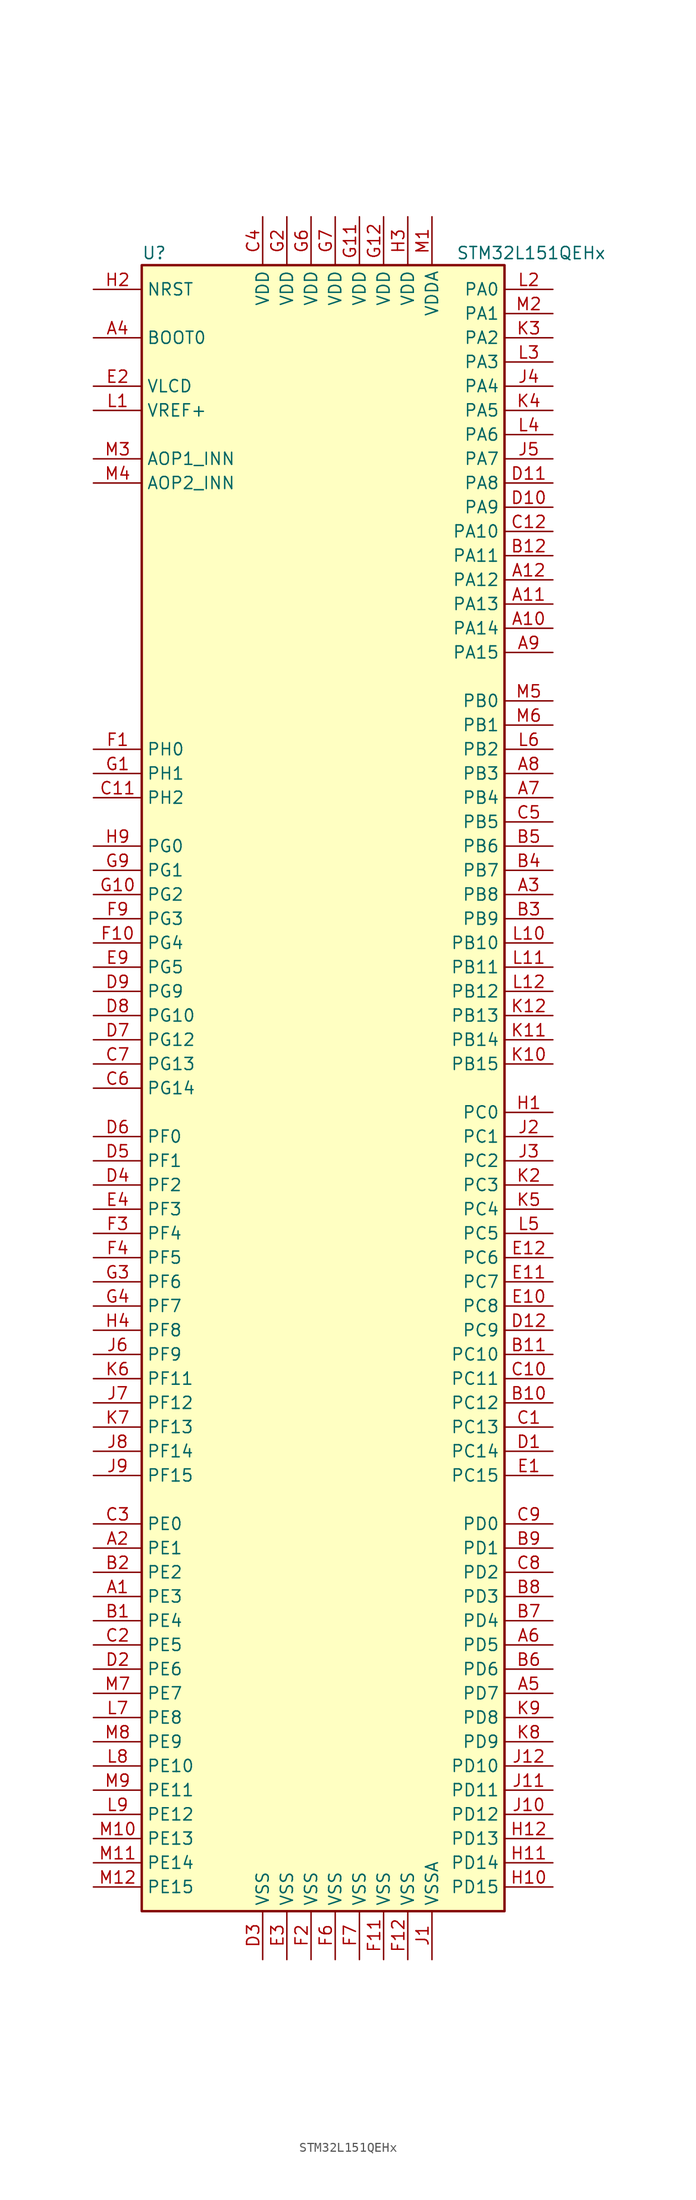
<source format=kicad_sym>
(kicad_symbol_lib
  (version 20211014)
  (generator kicad_symbol_editor)
  (symbol "STM32L151QEHx"
    (property "Reference" "U"
      (at -20.32 87.63 0)
      (effects (font (size 1.27 1.27)) (justify left)))
    (property "Value" "STM32L151QEHx"
      (at 12.7 87.63 0)
      (effects (font (size 1.27 1.27)) (justify left)))
    (symbol "STM32L151QEHx_0_1"
      (rectangle (start -20.32 -86.36) (end 17.78 86.36) (stroke (width 0.254) (type default) (color 0 0 0 0)) (fill (type background))))
    (symbol "STM32L151QEHx_1_1"
      (pin bidirectional line (at -25.4 -53.34 0) (length 5.08) (name "PE3" (effects (font (size 1.27 1.27)))) (number "A1" (effects (font (size 1.27 1.27)))))
      (pin bidirectional line (at 22.86 48.26 180) (length 5.08) (name "PA14" (effects (font (size 1.27 1.27)))) (number "A10" (effects (font (size 1.27 1.27)))))
      (pin bidirectional line (at 22.86 50.8 180) (length 5.08) (name "PA13" (effects (font (size 1.27 1.27)))) (number "A11" (effects (font (size 1.27 1.27)))))
      (pin bidirectional line (at 22.86 53.34 180) (length 5.08) (name "PA12" (effects (font (size 1.27 1.27)))) (number "A12" (effects (font (size 1.27 1.27)))))
      (pin bidirectional line (at -25.4 -48.26 0) (length 5.08) (name "PE1" (effects (font (size 1.27 1.27)))) (number "A2" (effects (font (size 1.27 1.27)))))
      (pin bidirectional line (at 22.86 20.32 180) (length 5.08) (name "PB8" (effects (font (size 1.27 1.27)))) (number "A3" (effects (font (size 1.27 1.27)))))
      (pin input line (at -25.4 78.74 0) (length 5.08) (name "BOOT0" (effects (font (size 1.27 1.27)))) (number "A4" (effects (font (size 1.27 1.27)))))
      (pin bidirectional line (at 22.86 -63.5 180) (length 5.08) (name "PD7" (effects (font (size 1.27 1.27)))) (number "A5" (effects (font (size 1.27 1.27)))))
      (pin bidirectional line (at 22.86 -58.42 180) (length 5.08) (name "PD5" (effects (font (size 1.27 1.27)))) (number "A6" (effects (font (size 1.27 1.27)))))
      (pin bidirectional line (at 22.86 30.48 180) (length 5.08) (name "PB4" (effects (font (size 1.27 1.27)))) (number "A7" (effects (font (size 1.27 1.27)))))
      (pin bidirectional line (at 22.86 33.02 180) (length 5.08) (name "PB3" (effects (font (size 1.27 1.27)))) (number "A8" (effects (font (size 1.27 1.27)))))
      (pin bidirectional line (at 22.86 45.72 180) (length 5.08) (name "PA15" (effects (font (size 1.27 1.27)))) (number "A9" (effects (font (size 1.27 1.27)))))
      (pin bidirectional line (at -25.4 -55.88 0) (length 5.08) (name "PE4" (effects (font (size 1.27 1.27)))) (number "B1" (effects (font (size 1.27 1.27)))))
      (pin bidirectional line (at 22.86 -33.02 180) (length 5.08) (name "PC12" (effects (font (size 1.27 1.27)))) (number "B10" (effects (font (size 1.27 1.27)))))
      (pin bidirectional line (at 22.86 -27.94 180) (length 5.08) (name "PC10" (effects (font (size 1.27 1.27)))) (number "B11" (effects (font (size 1.27 1.27)))))
      (pin bidirectional line (at 22.86 55.88 180) (length 5.08) (name "PA11" (effects (font (size 1.27 1.27)))) (number "B12" (effects (font (size 1.27 1.27)))))
      (pin bidirectional line (at -25.4 -50.8 0) (length 5.08) (name "PE2" (effects (font (size 1.27 1.27)))) (number "B2" (effects (font (size 1.27 1.27)))))
      (pin bidirectional line (at 22.86 17.78 180) (length 5.08) (name "PB9" (effects (font (size 1.27 1.27)))) (number "B3" (effects (font (size 1.27 1.27)))))
      (pin bidirectional line (at 22.86 22.86 180) (length 5.08) (name "PB7" (effects (font (size 1.27 1.27)))) (number "B4" (effects (font (size 1.27 1.27)))))
      (pin bidirectional line (at 22.86 25.4 180) (length 5.08) (name "PB6" (effects (font (size 1.27 1.27)))) (number "B5" (effects (font (size 1.27 1.27)))))
      (pin bidirectional line (at 22.86 -60.96 180) (length 5.08) (name "PD6" (effects (font (size 1.27 1.27)))) (number "B6" (effects (font (size 1.27 1.27)))))
      (pin bidirectional line (at 22.86 -55.88 180) (length 5.08) (name "PD4" (effects (font (size 1.27 1.27)))) (number "B7" (effects (font (size 1.27 1.27)))))
      (pin bidirectional line (at 22.86 -53.34 180) (length 5.08) (name "PD3" (effects (font (size 1.27 1.27)))) (number "B8" (effects (font (size 1.27 1.27)))))
      (pin bidirectional line (at 22.86 -48.26 180) (length 5.08) (name "PD1" (effects (font (size 1.27 1.27)))) (number "B9" (effects (font (size 1.27 1.27)))))
      (pin bidirectional line (at 22.86 -35.56 180) (length 5.08) (name "PC13" (effects (font (size 1.27 1.27)))) (number "C1" (effects (font (size 1.27 1.27)))))
      (pin bidirectional line (at 22.86 -30.48 180) (length 5.08) (name "PC11" (effects (font (size 1.27 1.27)))) (number "C10" (effects (font (size 1.27 1.27)))))
      (pin bidirectional line (at -25.4 30.48 0) (length 5.08) (name "PH2" (effects (font (size 1.27 1.27)))) (number "C11" (effects (font (size 1.27 1.27)))))
      (pin bidirectional line (at 22.86 58.42 180) (length 5.08) (name "PA10" (effects (font (size 1.27 1.27)))) (number "C12" (effects (font (size 1.27 1.27)))))
      (pin bidirectional line (at -25.4 -58.42 0) (length 5.08) (name "PE5" (effects (font (size 1.27 1.27)))) (number "C2" (effects (font (size 1.27 1.27)))))
      (pin bidirectional line (at -25.4 -45.72 0) (length 5.08) (name "PE0" (effects (font (size 1.27 1.27)))) (number "C3" (effects (font (size 1.27 1.27)))))
      (pin power_in line (at -7.62 91.44 270) (length 5.08) (name "VDD" (effects (font (size 1.27 1.27)))) (number "C4" (effects (font (size 1.27 1.27)))))
      (pin bidirectional line (at 22.86 27.94 180) (length 5.08) (name "PB5" (effects (font (size 1.27 1.27)))) (number "C5" (effects (font (size 1.27 1.27)))))
      (pin bidirectional line (at -25.4 0 0) (length 5.08) (name "PG14" (effects (font (size 1.27 1.27)))) (number "C6" (effects (font (size 1.27 1.27)))))
      (pin bidirectional line (at -25.4 2.54 0) (length 5.08) (name "PG13" (effects (font (size 1.27 1.27)))) (number "C7" (effects (font (size 1.27 1.27)))))
      (pin bidirectional line (at 22.86 -50.8 180) (length 5.08) (name "PD2" (effects (font (size 1.27 1.27)))) (number "C8" (effects (font (size 1.27 1.27)))))
      (pin bidirectional line (at 22.86 -45.72 180) (length 5.08) (name "PD0" (effects (font (size 1.27 1.27)))) (number "C9" (effects (font (size 1.27 1.27)))))
      (pin bidirectional line (at 22.86 -38.1 180) (length 5.08) (name "PC14" (effects (font (size 1.27 1.27)))) (number "D1" (effects (font (size 1.27 1.27)))))
      (pin bidirectional line (at 22.86 60.96 180) (length 5.08) (name "PA9" (effects (font (size 1.27 1.27)))) (number "D10" (effects (font (size 1.27 1.27)))))
      (pin bidirectional line (at 22.86 63.5 180) (length 5.08) (name "PA8" (effects (font (size 1.27 1.27)))) (number "D11" (effects (font (size 1.27 1.27)))))
      (pin bidirectional line (at 22.86 -25.4 180) (length 5.08) (name "PC9" (effects (font (size 1.27 1.27)))) (number "D12" (effects (font (size 1.27 1.27)))))
      (pin bidirectional line (at -25.4 -60.96 0) (length 5.08) (name "PE6" (effects (font (size 1.27 1.27)))) (number "D2" (effects (font (size 1.27 1.27)))))
      (pin power_in line (at -7.62 -91.44 90) (length 5.08) (name "VSS" (effects (font (size 1.27 1.27)))) (number "D3" (effects (font (size 1.27 1.27)))))
      (pin bidirectional line (at -25.4 -10.16 0) (length 5.08) (name "PF2" (effects (font (size 1.27 1.27)))) (number "D4" (effects (font (size 1.27 1.27)))))
      (pin bidirectional line (at -25.4 -7.62 0) (length 5.08) (name "PF1" (effects (font (size 1.27 1.27)))) (number "D5" (effects (font (size 1.27 1.27)))))
      (pin bidirectional line (at -25.4 -5.08 0) (length 5.08) (name "PF0" (effects (font (size 1.27 1.27)))) (number "D6" (effects (font (size 1.27 1.27)))))
      (pin bidirectional line (at -25.4 5.08 0) (length 5.08) (name "PG12" (effects (font (size 1.27 1.27)))) (number "D7" (effects (font (size 1.27 1.27)))))
      (pin bidirectional line (at -25.4 7.62 0) (length 5.08) (name "PG10" (effects (font (size 1.27 1.27)))) (number "D8" (effects (font (size 1.27 1.27)))))
      (pin bidirectional line (at -25.4 10.16 0) (length 5.08) (name "PG9" (effects (font (size 1.27 1.27)))) (number "D9" (effects (font (size 1.27 1.27)))))
      (pin bidirectional line (at 22.86 -40.64 180) (length 5.08) (name "PC15" (effects (font (size 1.27 1.27)))) (number "E1" (effects (font (size 1.27 1.27)))))
      (pin bidirectional line (at 22.86 -22.86 180) (length 5.08) (name "PC8" (effects (font (size 1.27 1.27)))) (number "E10" (effects (font (size 1.27 1.27)))))
      (pin bidirectional line (at 22.86 -20.32 180) (length 5.08) (name "PC7" (effects (font (size 1.27 1.27)))) (number "E11" (effects (font (size 1.27 1.27)))))
      (pin bidirectional line (at 22.86 -17.78 180) (length 5.08) (name "PC6" (effects (font (size 1.27 1.27)))) (number "E12" (effects (font (size 1.27 1.27)))))
      (pin power_in line (at -25.4 73.66 0) (length 5.08) (name "VLCD" (effects (font (size 1.27 1.27)))) (number "E2" (effects (font (size 1.27 1.27)))))
      (pin power_in line (at -5.08 -91.44 90) (length 5.08) (name "VSS" (effects (font (size 1.27 1.27)))) (number "E3" (effects (font (size 1.27 1.27)))))
      (pin bidirectional line (at -25.4 -12.7 0) (length 5.08) (name "PF3" (effects (font (size 1.27 1.27)))) (number "E4" (effects (font (size 1.27 1.27)))))
      (pin bidirectional line (at -25.4 12.7 0) (length 5.08) (name "PG5" (effects (font (size 1.27 1.27)))) (number "E9" (effects (font (size 1.27 1.27)))))
      (pin input line (at -25.4 35.56 0) (length 5.08) (name "PH0" (effects (font (size 1.27 1.27)))) (number "F1" (effects (font (size 1.27 1.27)))))
      (pin bidirectional line (at -25.4 15.24 0) (length 5.08) (name "PG4" (effects (font (size 1.27 1.27)))) (number "F10" (effects (font (size 1.27 1.27)))))
      (pin power_in line (at 5.08 -91.44 90) (length 5.08) (name "VSS" (effects (font (size 1.27 1.27)))) (number "F11" (effects (font (size 1.27 1.27)))))
      (pin power_in line (at 7.62 -91.44 90) (length 5.08) (name "VSS" (effects (font (size 1.27 1.27)))) (number "F12" (effects (font (size 1.27 1.27)))))
      (pin power_in line (at -2.54 -91.44 90) (length 5.08) (name "VSS" (effects (font (size 1.27 1.27)))) (number "F2" (effects (font (size 1.27 1.27)))))
      (pin bidirectional line (at -25.4 -15.24 0) (length 5.08) (name "PF4" (effects (font (size 1.27 1.27)))) (number "F3" (effects (font (size 1.27 1.27)))))
      (pin bidirectional line (at -25.4 -17.78 0) (length 5.08) (name "PF5" (effects (font (size 1.27 1.27)))) (number "F4" (effects (font (size 1.27 1.27)))))
      (pin power_in line (at 0 -91.44 90) (length 5.08) (name "VSS" (effects (font (size 1.27 1.27)))) (number "F6" (effects (font (size 1.27 1.27)))))
      (pin power_in line (at 2.54 -91.44 90) (length 5.08) (name "VSS" (effects (font (size 1.27 1.27)))) (number "F7" (effects (font (size 1.27 1.27)))))
      (pin bidirectional line (at -25.4 17.78 0) (length 5.08) (name "PG3" (effects (font (size 1.27 1.27)))) (number "F9" (effects (font (size 1.27 1.27)))))
      (pin input line (at -25.4 33.02 0) (length 5.08) (name "PH1" (effects (font (size 1.27 1.27)))) (number "G1" (effects (font (size 1.27 1.27)))))
      (pin bidirectional line (at -25.4 20.32 0) (length 5.08) (name "PG2" (effects (font (size 1.27 1.27)))) (number "G10" (effects (font (size 1.27 1.27)))))
      (pin power_in line (at 2.54 91.44 270) (length 5.08) (name "VDD" (effects (font (size 1.27 1.27)))) (number "G11" (effects (font (size 1.27 1.27)))))
      (pin power_in line (at 5.08 91.44 270) (length 5.08) (name "VDD" (effects (font (size 1.27 1.27)))) (number "G12" (effects (font (size 1.27 1.27)))))
      (pin power_in line (at -5.08 91.44 270) (length 5.08) (name "VDD" (effects (font (size 1.27 1.27)))) (number "G2" (effects (font (size 1.27 1.27)))))
      (pin bidirectional line (at -25.4 -20.32 0) (length 5.08) (name "PF6" (effects (font (size 1.27 1.27)))) (number "G3" (effects (font (size 1.27 1.27)))))
      (pin bidirectional line (at -25.4 -22.86 0) (length 5.08) (name "PF7" (effects (font (size 1.27 1.27)))) (number "G4" (effects (font (size 1.27 1.27)))))
      (pin power_in line (at -2.54 91.44 270) (length 5.08) (name "VDD" (effects (font (size 1.27 1.27)))) (number "G6" (effects (font (size 1.27 1.27)))))
      (pin power_in line (at 0 91.44 270) (length 5.08) (name "VDD" (effects (font (size 1.27 1.27)))) (number "G7" (effects (font (size 1.27 1.27)))))
      (pin bidirectional line (at -25.4 22.86 0) (length 5.08) (name "PG1" (effects (font (size 1.27 1.27)))) (number "G9" (effects (font (size 1.27 1.27)))))
      (pin bidirectional line (at 22.86 -2.54 180) (length 5.08) (name "PC0" (effects (font (size 1.27 1.27)))) (number "H1" (effects (font (size 1.27 1.27)))))
      (pin bidirectional line (at 22.86 -83.82 180) (length 5.08) (name "PD15" (effects (font (size 1.27 1.27)))) (number "H10" (effects (font (size 1.27 1.27)))))
      (pin bidirectional line (at 22.86 -81.28 180) (length 5.08) (name "PD14" (effects (font (size 1.27 1.27)))) (number "H11" (effects (font (size 1.27 1.27)))))
      (pin bidirectional line (at 22.86 -78.74 180) (length 5.08) (name "PD13" (effects (font (size 1.27 1.27)))) (number "H12" (effects (font (size 1.27 1.27)))))
      (pin input line (at -25.4 83.82 0) (length 5.08) (name "NRST" (effects (font (size 1.27 1.27)))) (number "H2" (effects (font (size 1.27 1.27)))))
      (pin power_in line (at 7.62 91.44 270) (length 5.08) (name "VDD" (effects (font (size 1.27 1.27)))) (number "H3" (effects (font (size 1.27 1.27)))))
      (pin bidirectional line (at -25.4 -25.4 0) (length 5.08) (name "PF8" (effects (font (size 1.27 1.27)))) (number "H4" (effects (font (size 1.27 1.27)))))
      (pin bidirectional line (at -25.4 25.4 0) (length 5.08) (name "PG0" (effects (font (size 1.27 1.27)))) (number "H9" (effects (font (size 1.27 1.27)))))
      (pin power_in line (at 10.16 -91.44 90) (length 5.08) (name "VSSA" (effects (font (size 1.27 1.27)))) (number "J1" (effects (font (size 1.27 1.27)))))
      (pin bidirectional line (at 22.86 -76.2 180) (length 5.08) (name "PD12" (effects (font (size 1.27 1.27)))) (number "J10" (effects (font (size 1.27 1.27)))))
      (pin bidirectional line (at 22.86 -73.66 180) (length 5.08) (name "PD11" (effects (font (size 1.27 1.27)))) (number "J11" (effects (font (size 1.27 1.27)))))
      (pin bidirectional line (at 22.86 -71.12 180) (length 5.08) (name "PD10" (effects (font (size 1.27 1.27)))) (number "J12" (effects (font (size 1.27 1.27)))))
      (pin bidirectional line (at 22.86 -5.08 180) (length 5.08) (name "PC1" (effects (font (size 1.27 1.27)))) (number "J2" (effects (font (size 1.27 1.27)))))
      (pin bidirectional line (at 22.86 -7.62 180) (length 5.08) (name "PC2" (effects (font (size 1.27 1.27)))) (number "J3" (effects (font (size 1.27 1.27)))))
      (pin bidirectional line (at 22.86 73.66 180) (length 5.08) (name "PA4" (effects (font (size 1.27 1.27)))) (number "J4" (effects (font (size 1.27 1.27)))))
      (pin bidirectional line (at 22.86 66.04 180) (length 5.08) (name "PA7" (effects (font (size 1.27 1.27)))) (number "J5" (effects (font (size 1.27 1.27)))))
      (pin bidirectional line (at -25.4 -27.94 0) (length 5.08) (name "PF9" (effects (font (size 1.27 1.27)))) (number "J6" (effects (font (size 1.27 1.27)))))
      (pin bidirectional line (at -25.4 -33.02 0) (length 5.08) (name "PF12" (effects (font (size 1.27 1.27)))) (number "J7" (effects (font (size 1.27 1.27)))))
      (pin bidirectional line (at -25.4 -38.1 0) (length 5.08) (name "PF14" (effects (font (size 1.27 1.27)))) (number "J8" (effects (font (size 1.27 1.27)))))
      (pin bidirectional line (at -25.4 -40.64 0) (length 5.08) (name "PF15" (effects (font (size 1.27 1.27)))) (number "J9" (effects (font (size 1.27 1.27)))))
      (pin no_connect line (at -20.32 -83.82 0) (length 5.08) hide (name "NC" (effects (font (size 1.27 1.27)))) (number "K1" (effects (font (size 1.27 1.27)))))
      (pin bidirectional line (at 22.86 2.54 180) (length 5.08) (name "PB15" (effects (font (size 1.27 1.27)))) (number "K10" (effects (font (size 1.27 1.27)))))
      (pin bidirectional line (at 22.86 5.08 180) (length 5.08) (name "PB14" (effects (font (size 1.27 1.27)))) (number "K11" (effects (font (size 1.27 1.27)))))
      (pin bidirectional line (at 22.86 7.62 180) (length 5.08) (name "PB13" (effects (font (size 1.27 1.27)))) (number "K12" (effects (font (size 1.27 1.27)))))
      (pin bidirectional line (at 22.86 -10.16 180) (length 5.08) (name "PC3" (effects (font (size 1.27 1.27)))) (number "K2" (effects (font (size 1.27 1.27)))))
      (pin bidirectional line (at 22.86 78.74 180) (length 5.08) (name "PA2" (effects (font (size 1.27 1.27)))) (number "K3" (effects (font (size 1.27 1.27)))))
      (pin bidirectional line (at 22.86 71.12 180) (length 5.08) (name "PA5" (effects (font (size 1.27 1.27)))) (number "K4" (effects (font (size 1.27 1.27)))))
      (pin bidirectional line (at 22.86 -12.7 180) (length 5.08) (name "PC4" (effects (font (size 1.27 1.27)))) (number "K5" (effects (font (size 1.27 1.27)))))
      (pin bidirectional line (at -25.4 -30.48 0) (length 5.08) (name "PF11" (effects (font (size 1.27 1.27)))) (number "K6" (effects (font (size 1.27 1.27)))))
      (pin bidirectional line (at -25.4 -35.56 0) (length 5.08) (name "PF13" (effects (font (size 1.27 1.27)))) (number "K7" (effects (font (size 1.27 1.27)))))
      (pin bidirectional line (at 22.86 -68.58 180) (length 5.08) (name "PD9" (effects (font (size 1.27 1.27)))) (number "K8" (effects (font (size 1.27 1.27)))))
      (pin bidirectional line (at 22.86 -66.04 180) (length 5.08) (name "PD8" (effects (font (size 1.27 1.27)))) (number "K9" (effects (font (size 1.27 1.27)))))
      (pin power_in line (at -25.4 71.12 0) (length 5.08) (name "VREF+" (effects (font (size 1.27 1.27)))) (number "L1" (effects (font (size 1.27 1.27)))))
      (pin bidirectional line (at 22.86 15.24 180) (length 5.08) (name "PB10" (effects (font (size 1.27 1.27)))) (number "L10" (effects (font (size 1.27 1.27)))))
      (pin bidirectional line (at 22.86 12.7 180) (length 5.08) (name "PB11" (effects (font (size 1.27 1.27)))) (number "L11" (effects (font (size 1.27 1.27)))))
      (pin bidirectional line (at 22.86 10.16 180) (length 5.08) (name "PB12" (effects (font (size 1.27 1.27)))) (number "L12" (effects (font (size 1.27 1.27)))))
      (pin bidirectional line (at 22.86 83.82 180) (length 5.08) (name "PA0" (effects (font (size 1.27 1.27)))) (number "L2" (effects (font (size 1.27 1.27)))))
      (pin bidirectional line (at 22.86 76.2 180) (length 5.08) (name "PA3" (effects (font (size 1.27 1.27)))) (number "L3" (effects (font (size 1.27 1.27)))))
      (pin bidirectional line (at 22.86 68.58 180) (length 5.08) (name "PA6" (effects (font (size 1.27 1.27)))) (number "L4" (effects (font (size 1.27 1.27)))))
      (pin bidirectional line (at 22.86 -15.24 180) (length 5.08) (name "PC5" (effects (font (size 1.27 1.27)))) (number "L5" (effects (font (size 1.27 1.27)))))
      (pin bidirectional line (at 22.86 35.56 180) (length 5.08) (name "PB2" (effects (font (size 1.27 1.27)))) (number "L6" (effects (font (size 1.27 1.27)))))
      (pin bidirectional line (at -25.4 -66.04 0) (length 5.08) (name "PE8" (effects (font (size 1.27 1.27)))) (number "L7" (effects (font (size 1.27 1.27)))))
      (pin bidirectional line (at -25.4 -71.12 0) (length 5.08) (name "PE10" (effects (font (size 1.27 1.27)))) (number "L8" (effects (font (size 1.27 1.27)))))
      (pin bidirectional line (at -25.4 -76.2 0) (length 5.08) (name "PE12" (effects (font (size 1.27 1.27)))) (number "L9" (effects (font (size 1.27 1.27)))))
      (pin power_in line (at 10.16 91.44 270) (length 5.08) (name "VDDA" (effects (font (size 1.27 1.27)))) (number "M1" (effects (font (size 1.27 1.27)))))
      (pin bidirectional line (at -25.4 -78.74 0) (length 5.08) (name "PE13" (effects (font (size 1.27 1.27)))) (number "M10" (effects (font (size 1.27 1.27)))))
      (pin bidirectional line (at -25.4 -81.28 0) (length 5.08) (name "PE14" (effects (font (size 1.27 1.27)))) (number "M11" (effects (font (size 1.27 1.27)))))
      (pin bidirectional line (at -25.4 -83.82 0) (length 5.08) (name "PE15" (effects (font (size 1.27 1.27)))) (number "M12" (effects (font (size 1.27 1.27)))))
      (pin bidirectional line (at 22.86 81.28 180) (length 5.08) (name "PA1" (effects (font (size 1.27 1.27)))) (number "M2" (effects (font (size 1.27 1.27)))))
      (pin bidirectional line (at -25.4 66.04 0) (length 5.08) (name "AOP1_INN" (effects (font (size 1.27 1.27)))) (number "M3" (effects (font (size 1.27 1.27)))))
      (pin bidirectional line (at -25.4 63.5 0) (length 5.08) (name "AOP2_INN" (effects (font (size 1.27 1.27)))) (number "M4" (effects (font (size 1.27 1.27)))))
      (pin bidirectional line (at 22.86 40.64 180) (length 5.08) (name "PB0" (effects (font (size 1.27 1.27)))) (number "M5" (effects (font (size 1.27 1.27)))))
      (pin bidirectional line (at 22.86 38.1 180) (length 5.08) (name "PB1" (effects (font (size 1.27 1.27)))) (number "M6" (effects (font (size 1.27 1.27)))))
      (pin bidirectional line (at -25.4 -63.5 0) (length 5.08) (name "PE7" (effects (font (size 1.27 1.27)))) (number "M7" (effects (font (size 1.27 1.27)))))
      (pin bidirectional line (at -25.4 -68.58 0) (length 5.08) (name "PE9" (effects (font (size 1.27 1.27)))) (number "M8" (effects (font (size 1.27 1.27)))))
      (pin bidirectional line (at -25.4 -73.66 0) (length 5.08) (name "PE11" (effects (font (size 1.27 1.27)))) (number "M9" (effects (font (size 1.27 1.27))))))))
</source>
